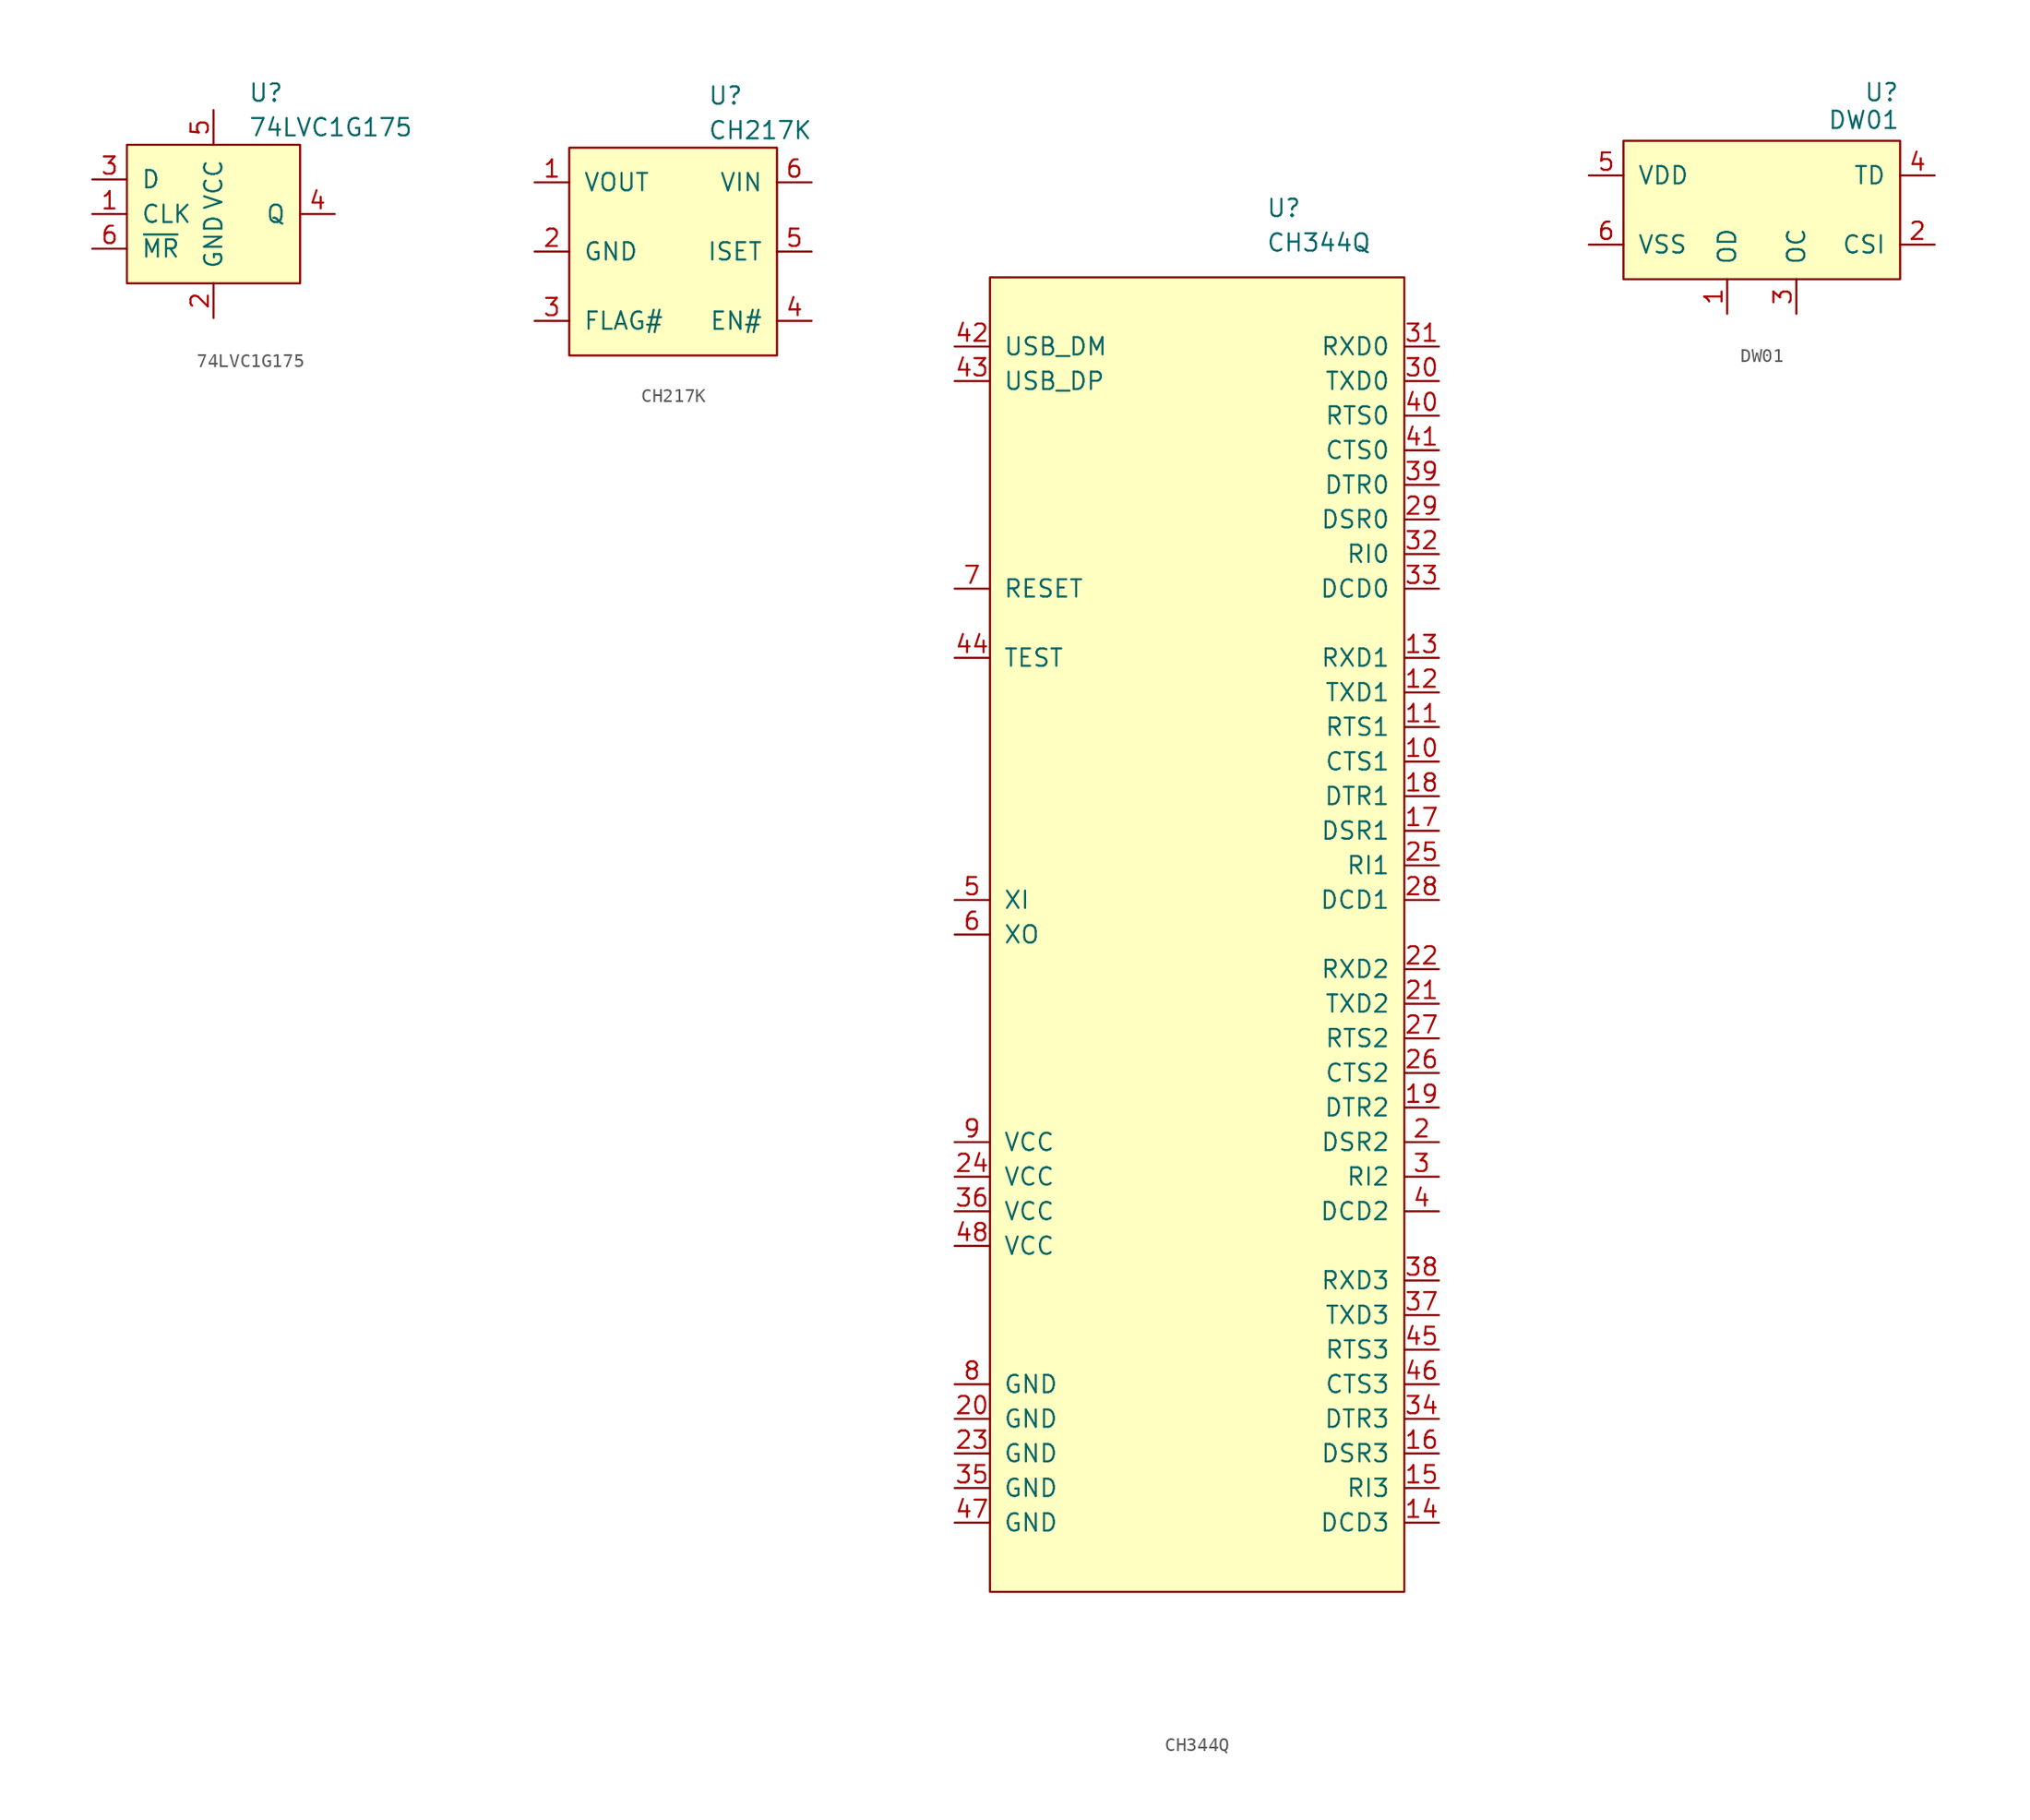
<source format=kicad_sym>
(kicad_symbol_lib
  (version 20220914)
  (generator kicad_symbol_editor)
  (symbol "74LVC1G175"
    (pin_names
      (offset 1.016))
    (property "Reference" "U"
      (at 2.54 8.89 0)
      (effects (font (size 1.27 1.27)) (justify left)))
    (property "Value" "74LVC1G175"
      (at 2.54 6.35 0)
      (effects (font (size 1.27 1.27)) (justify left)))
    (symbol "74LVC1G175_0_1"
      (rectangle (start -6.35 5.08) (end 6.35 -5.08) (stroke (width 0) (type default)) (fill (type background))))
    (symbol "74LVC1G175_1_1"
      (pin input line (at -8.89 0 0) (length 2.54) (name "CLK" (effects (font (size 1.27 1.27)))) (number "1" (effects (font (size 1.27 1.27)))))
      (pin power_in line (at 0 -7.62 90) (length 2.54) (name "GND" (effects (font (size 1.27 1.27)))) (number "2" (effects (font (size 1.27 1.27)))))
      (pin input line (at -8.89 2.54 0) (length 2.54) (name "D" (effects (font (size 1.27 1.27)))) (number "3" (effects (font (size 1.27 1.27)))))
      (pin output line (at 8.89 0 180) (length 2.54) (name "Q" (effects (font (size 1.27 1.27)))) (number "4" (effects (font (size 1.27 1.27)))))
      (pin power_in line (at 0 7.62 270) (length 2.54) (name "VCC" (effects (font (size 1.27 1.27)))) (number "5" (effects (font (size 1.27 1.27)))))
      (pin input line (at -8.89 -2.54 0) (length 2.54) (name "~{MR}" (effects (font (size 1.27 1.27)))) (number "6" (effects (font (size 1.27 1.27)))))))
  (symbol "CH217K"
    (pin_names
      (offset 1.016))
    (property "Reference" "U"
      (at 2.54 11.43 0)
      (effects (font (size 1.27 1.27)) (justify left)))
    (property "Value" "CH217K"
      (at 2.54 8.89 0)
      (effects (font (size 1.27 1.27)) (justify left)))
    (symbol "CH217K_0_1"
      (rectangle (start -7.62 7.62) (end 7.62 -7.62) (stroke (width 0) (type default)) (fill (type background))))
    (symbol "CH217K_1_1"
      (pin power_out line (at -10.16 5.08 0) (length 2.54) (name "VOUT" (effects (font (size 1.27 1.27)))) (number "1" (effects (font (size 1.27 1.27)))))
      (pin power_in line (at -10.16 0 0) (length 2.54) (name "GND" (effects (font (size 1.27 1.27)))) (number "2" (effects (font (size 1.27 1.27)))))
      (pin output line (at -10.16 -5.08 0) (length 2.54) (name "FLAG#" (effects (font (size 1.27 1.27)))) (number "3" (effects (font (size 1.27 1.27)))))
      (pin input line (at 10.16 -5.08 180) (length 2.54) (name "EN#" (effects (font (size 1.27 1.27)))) (number "4" (effects (font (size 1.27 1.27)))))
      (pin input line (at 10.16 0 180) (length 2.54) (name "ISET" (effects (font (size 1.27 1.27)))) (number "5" (effects (font (size 1.27 1.27)))))
      (pin power_in line (at 10.16 5.08 180) (length 2.54) (name "VIN" (effects (font (size 1.27 1.27)))) (number "6" (effects (font (size 1.27 1.27)))))))
  (symbol "CH344Q"
    (pin_names
      (offset 1.016))
    (property "Reference" "U"
      (at 5.08 53.34 0)
      (effects (font (size 1.27 1.27)) (justify left)))
    (property "Value" "CH344Q"
      (at 5.08 50.8 0)
      (effects (font (size 1.27 1.27)) (justify left)))
    (symbol "CH344Q_0_1"
      (rectangle (start -15.189 48.26) (end 15.24 -48.26) (stroke (width 0) (type default)) (fill (type background))))
    (symbol "CH344Q_1_1"
      (pin no_connect line (at -17.78 -10.16 0) (length 2.54) hide (name "NC" (effects (font (size 1.27 1.27)))) (number "1" (effects (font (size 1.27 1.27)))))
      (pin input line (at 17.78 12.7 180) (length 2.54) (name "CTS1" (effects (font (size 1.27 1.27)))) (number "10" (effects (font (size 1.27 1.27)))))
      (pin output line (at 17.78 15.24 180) (length 2.54) (name "RTS1" (effects (font (size 1.27 1.27)))) (number "11" (effects (font (size 1.27 1.27)))))
      (pin output line (at 17.78 17.78 180) (length 2.54) (name "TXD1" (effects (font (size 1.27 1.27)))) (number "12" (effects (font (size 1.27 1.27)))))
      (pin input line (at 17.78 20.32 180) (length 2.54) (name "RXD1" (effects (font (size 1.27 1.27)))) (number "13" (effects (font (size 1.27 1.27)))))
      (pin input line (at 17.78 -43.18 180) (length 2.54) (name "DCD3" (effects (font (size 1.27 1.27)))) (number "14" (effects (font (size 1.27 1.27)))))
      (pin input line (at 17.78 -40.64 180) (length 2.54) (name "RI3" (effects (font (size 1.27 1.27)))) (number "15" (effects (font (size 1.27 1.27)))))
      (pin input line (at 17.78 -38.1 180) (length 2.54) (name "DSR3" (effects (font (size 1.27 1.27)))) (number "16" (effects (font (size 1.27 1.27)))))
      (pin input line (at 17.78 7.62 180) (length 2.54) (name "DSR1" (effects (font (size 1.27 1.27)))) (number "17" (effects (font (size 1.27 1.27)))))
      (pin output line (at 17.78 10.16 180) (length 2.54) (name "DTR1" (effects (font (size 1.27 1.27)))) (number "18" (effects (font (size 1.27 1.27)))))
      (pin output line (at 17.78 -12.7 180) (length 2.54) (name "DTR2" (effects (font (size 1.27 1.27)))) (number "19" (effects (font (size 1.27 1.27)))))
      (pin input line (at 17.78 -15.24 180) (length 2.54) (name "DSR2" (effects (font (size 1.27 1.27)))) (number "2" (effects (font (size 1.27 1.27)))))
      (pin power_in line (at -17.78 -35.56 0) (length 2.54) (name "GND" (effects (font (size 1.27 1.27)))) (number "20" (effects (font (size 1.27 1.27)))))
      (pin output line (at 17.78 -5.08 180) (length 2.54) (name "TXD2" (effects (font (size 1.27 1.27)))) (number "21" (effects (font (size 1.27 1.27)))))
      (pin input line (at 17.78 -2.54 180) (length 2.54) (name "RXD2" (effects (font (size 1.27 1.27)))) (number "22" (effects (font (size 1.27 1.27)))))
      (pin power_in line (at -17.78 -38.1 0) (length 2.54) (name "GND" (effects (font (size 1.27 1.27)))) (number "23" (effects (font (size 1.27 1.27)))))
      (pin power_in line (at -17.78 -17.78 0) (length 2.54) (name "VCC" (effects (font (size 1.27 1.27)))) (number "24" (effects (font (size 1.27 1.27)))))
      (pin input line (at 17.78 5.08 180) (length 2.54) (name "RI1" (effects (font (size 1.27 1.27)))) (number "25" (effects (font (size 1.27 1.27)))))
      (pin input line (at 17.78 -10.16 180) (length 2.54) (name "CTS2" (effects (font (size 1.27 1.27)))) (number "26" (effects (font (size 1.27 1.27)))))
      (pin output line (at 17.78 -7.62 180) (length 2.54) (name "RTS2" (effects (font (size 1.27 1.27)))) (number "27" (effects (font (size 1.27 1.27)))))
      (pin input line (at 17.78 2.54 180) (length 2.54) (name "DCD1" (effects (font (size 1.27 1.27)))) (number "28" (effects (font (size 1.27 1.27)))))
      (pin input line (at 17.78 30.48 180) (length 2.54) (name "DSR0" (effects (font (size 1.27 1.27)))) (number "29" (effects (font (size 1.27 1.27)))))
      (pin input line (at 17.78 -17.78 180) (length 2.54) (name "RI2" (effects (font (size 1.27 1.27)))) (number "3" (effects (font (size 1.27 1.27)))))
      (pin output line (at 17.78 40.64 180) (length 2.54) (name "TXD0" (effects (font (size 1.27 1.27)))) (number "30" (effects (font (size 1.27 1.27)))))
      (pin input line (at 17.78 43.18 180) (length 2.54) (name "RXD0" (effects (font (size 1.27 1.27)))) (number "31" (effects (font (size 1.27 1.27)))))
      (pin input line (at 17.78 27.94 180) (length 2.54) (name "RI0" (effects (font (size 1.27 1.27)))) (number "32" (effects (font (size 1.27 1.27)))))
      (pin input line (at 17.78 25.4 180) (length 2.54) (name "DCD0" (effects (font (size 1.27 1.27)))) (number "33" (effects (font (size 1.27 1.27)))))
      (pin output line (at 17.78 -35.56 180) (length 2.54) (name "DTR3" (effects (font (size 1.27 1.27)))) (number "34" (effects (font (size 1.27 1.27)))))
      (pin power_in line (at -17.78 -40.64 0) (length 2.54) (name "GND" (effects (font (size 1.27 1.27)))) (number "35" (effects (font (size 1.27 1.27)))))
      (pin power_in line (at -17.78 -20.32 0) (length 2.54) (name "VCC" (effects (font (size 1.27 1.27)))) (number "36" (effects (font (size 1.27 1.27)))))
      (pin output line (at 17.78 -27.94 180) (length 2.54) (name "TXD3" (effects (font (size 1.27 1.27)))) (number "37" (effects (font (size 1.27 1.27)))))
      (pin input line (at 17.78 -25.4 180) (length 2.54) (name "RXD3" (effects (font (size 1.27 1.27)))) (number "38" (effects (font (size 1.27 1.27)))))
      (pin output line (at 17.78 33.02 180) (length 2.54) (name "DTR0" (effects (font (size 1.27 1.27)))) (number "39" (effects (font (size 1.27 1.27)))))
      (pin input line (at 17.78 -20.32 180) (length 2.54) (name "DCD2" (effects (font (size 1.27 1.27)))) (number "4" (effects (font (size 1.27 1.27)))))
      (pin output line (at 17.78 38.1 180) (length 2.54) (name "RTS0" (effects (font (size 1.27 1.27)))) (number "40" (effects (font (size 1.27 1.27)))))
      (pin input line (at 17.78 35.56 180) (length 2.54) (name "CTS0" (effects (font (size 1.27 1.27)))) (number "41" (effects (font (size 1.27 1.27)))))
      (pin input line (at -17.78 43.18 0) (length 2.54) (name "USB_DM" (effects (font (size 1.27 1.27)))) (number "42" (effects (font (size 1.27 1.27)))))
      (pin output line (at -17.78 40.64 0) (length 2.54) (name "USB_DP" (effects (font (size 1.27 1.27)))) (number "43" (effects (font (size 1.27 1.27)))))
      (pin input line (at -17.78 20.32 0) (length 2.54) (name "TEST" (effects (font (size 1.27 1.27)))) (number "44" (effects (font (size 1.27 1.27)))))
      (pin output line (at 17.78 -30.48 180) (length 2.54) (name "RTS3" (effects (font (size 1.27 1.27)))) (number "45" (effects (font (size 1.27 1.27)))))
      (pin input line (at 17.78 -33.02 180) (length 2.54) (name "CTS3" (effects (font (size 1.27 1.27)))) (number "46" (effects (font (size 1.27 1.27)))))
      (pin power_in line (at -17.78 -43.18 0) (length 2.54) (name "GND" (effects (font (size 1.27 1.27)))) (number "47" (effects (font (size 1.27 1.27)))))
      (pin power_in line (at -17.78 -22.86 0) (length 2.54) (name "VCC" (effects (font (size 1.27 1.27)))) (number "48" (effects (font (size 1.27 1.27)))))
      (pin input line (at -17.78 2.54 0) (length 2.54) (name "XI" (effects (font (size 1.27 1.27)))) (number "5" (effects (font (size 1.27 1.27)))))
      (pin output line (at -17.78 0 0) (length 2.54) (name "XO" (effects (font (size 1.27 1.27)))) (number "6" (effects (font (size 1.27 1.27)))))
      (pin input line (at -17.78 25.4 0) (length 2.54) (name "RESET" (effects (font (size 1.27 1.27)))) (number "7" (effects (font (size 1.27 1.27)))))
      (pin power_in line (at -17.78 -33.02 0) (length 2.54) (name "GND" (effects (font (size 1.27 1.27)))) (number "8" (effects (font (size 1.27 1.27)))))
      (pin power_in line (at -17.78 -15.24 0) (length 2.54) (name "VCC" (effects (font (size 1.27 1.27)))) (number "9" (effects (font (size 1.27 1.27)))))))
  (symbol "DW01"
    (pin_names
      (offset 1.016))
    (property "Reference" "U"
      (at 10.109 8.636 0)
      (effects (font (size 1.27 1.27)) (justify right)))
    (property "Value" "DW01"
      (at 10.16 6.604 0)
      (effects (font (size 1.27 1.27)) (justify right)))
    (symbol "DW01_0_1"
      (rectangle (start -10.16 5.08) (end 10.16 -5.08) (stroke (width 0) (type default)) (fill (type background))))
    (symbol "DW01_1_1"
      (pin output line (at -2.54 -7.62 90) (length 2.54) (name "OD" (effects (font (size 1.27 1.27)))) (number "1" (effects (font (size 1.27 1.27)))))
      (pin input line (at 12.7 -2.54 180) (length 2.54) (name "CSI" (effects (font (size 1.27 1.27)))) (number "2" (effects (font (size 1.27 1.27)))))
      (pin output line (at 2.54 -7.62 90) (length 2.54) (name "OC" (effects (font (size 1.27 1.27)))) (number "3" (effects (font (size 1.27 1.27)))))
      (pin input line (at 12.7 2.54 180) (length 2.54) (name "TD" (effects (font (size 1.27 1.27)))) (number "4" (effects (font (size 1.27 1.27)))))
      (pin power_in line (at -12.7 2.54 0) (length 2.54) (name "VDD" (effects (font (size 1.27 1.27)))) (number "5" (effects (font (size 1.27 1.27)))))
      (pin power_in line (at -12.7 -2.54 0) (length 2.54) (name "VSS" (effects (font (size 1.27 1.27)))) (number "6" (effects (font (size 1.27 1.27))))))))
</source>
